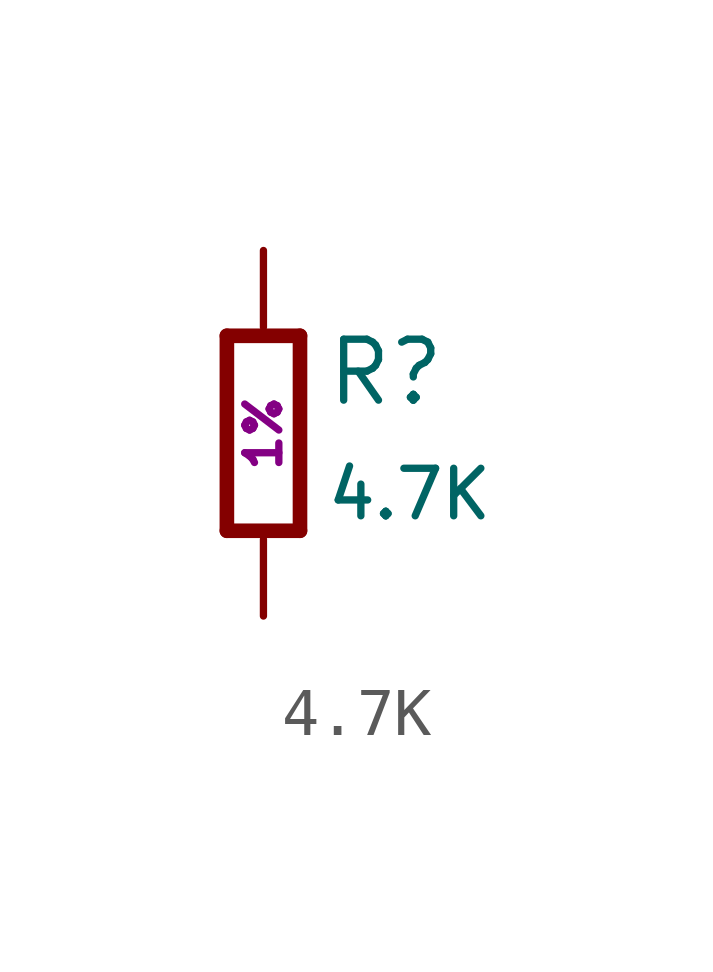
<source format=kicad_sym>
(kicad_symbol_lib
  (version 20211014)
  (generator kicad_symbol_editor)
  (symbol "4.7K"
    (pin_numbers hide)
    (pin_names
      (offset 0.254) hide)
    (property "Reference" "R"
      (at 1.27 1.27 0)
      (effects (font (size 1.27 1.27)) (justify left)))
    (property "Value" "4.7K"
      (at 1.27 -1.27 0)
      (effects (font (size 0.991 0.991)) (justify left)))
    (property "Tolerance" "1%"
      (at 0 0 90)
      (effects (font (size 0.711 0.711))))
    (symbol "4.7K_1_1"
      (polyline (pts (xy -0.762 -2.032) (xy -0.762 2.032)) (stroke (width 0.305) (type default) (color 0 0 0 0)) (fill (type outline)))
      (polyline (pts (xy 0.762 -2.032) (xy -0.762 -2.032)) (stroke (width 0.305) (type default) (color 0 0 0 0)) (fill (type outline)))
      (polyline (pts (xy 0.762 -2.032) (xy 0.762 2.032)) (stroke (width 0.305) (type default) (color 0 0 0 0)) (fill (type outline)))
      (polyline (pts (xy 0.762 2.032) (xy -0.762 2.032)) (stroke (width 0.305) (type default) (color 0 0 0 0)) (fill (type outline)))
      (pin passive line (at 0 3.81 270) (length 1.6) (name "~" (effects (font (size 1.27 1.27)))) (number "1" (effects (font (size 1.27 1.27)))))
      (pin passive line (at 0 -3.81 90) (length 1.6) (name "~" (effects (font (size 1.27 1.27)))) (number "2" (effects (font (size 1.27 1.27))))))))
</source>
